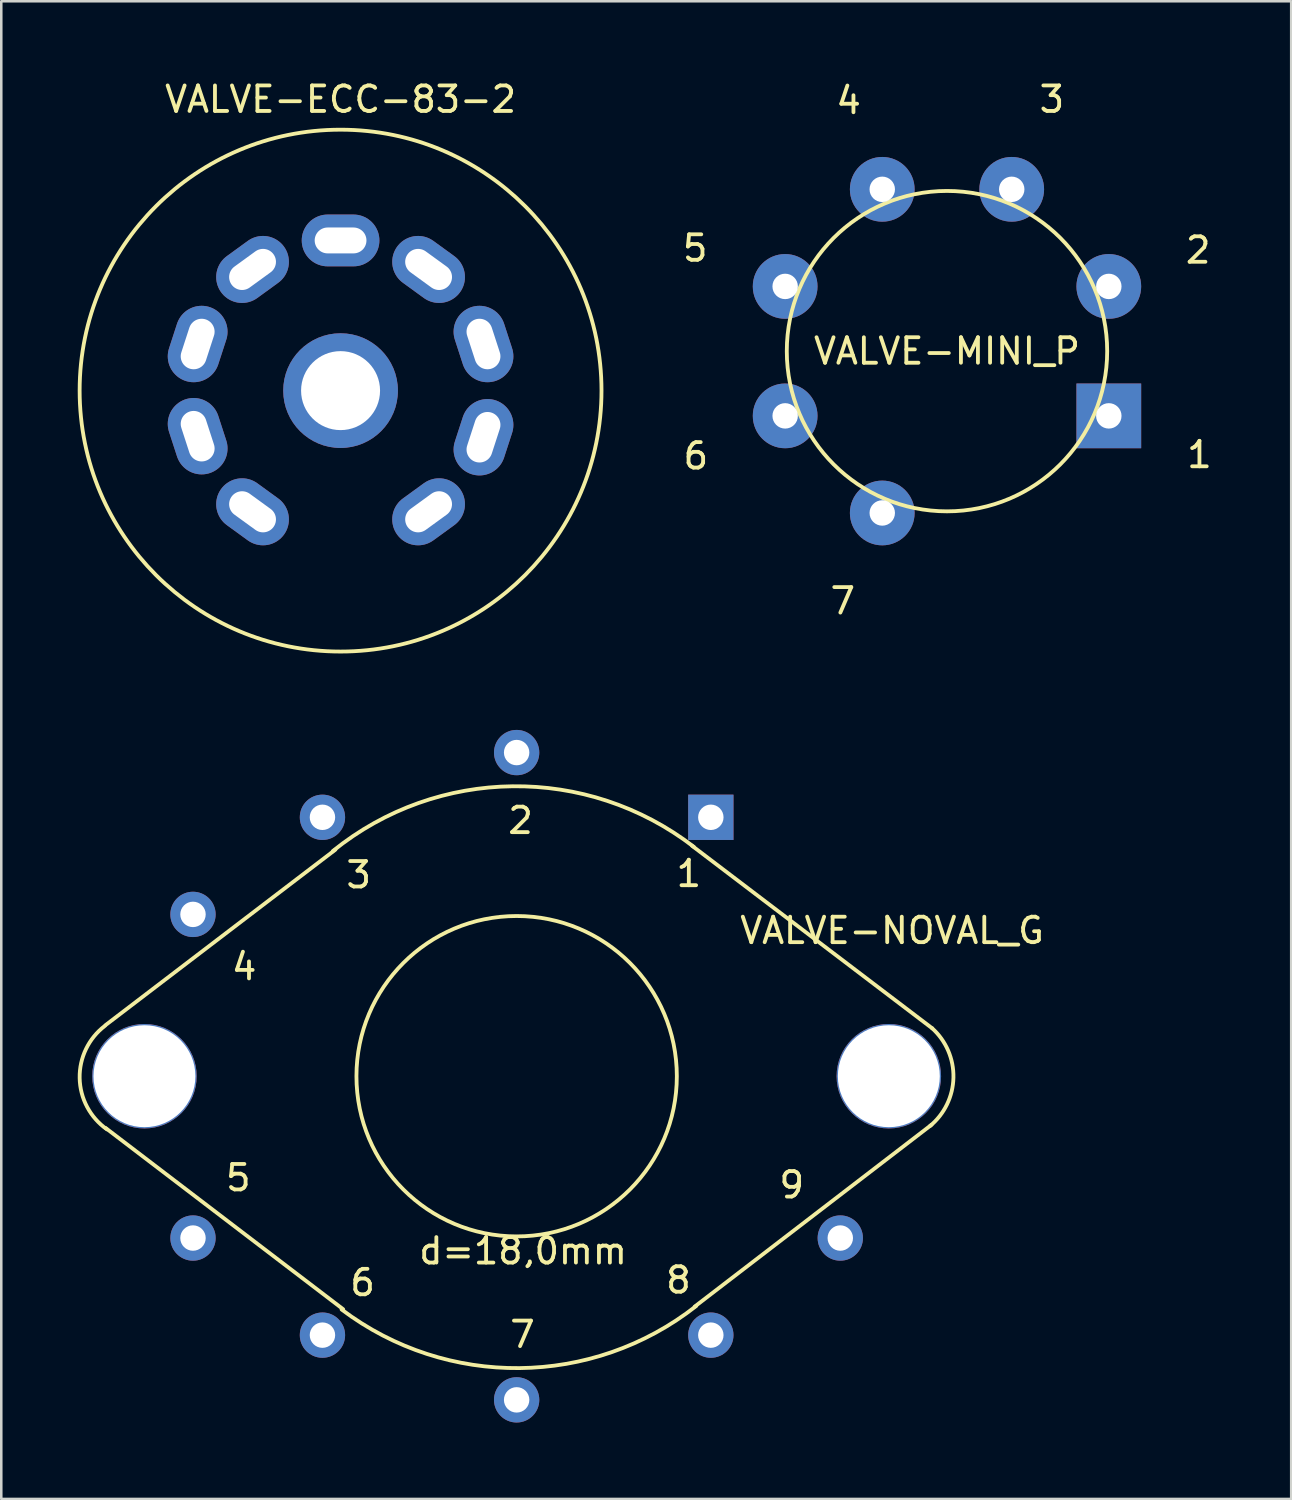
<source format=kicad_pcb>
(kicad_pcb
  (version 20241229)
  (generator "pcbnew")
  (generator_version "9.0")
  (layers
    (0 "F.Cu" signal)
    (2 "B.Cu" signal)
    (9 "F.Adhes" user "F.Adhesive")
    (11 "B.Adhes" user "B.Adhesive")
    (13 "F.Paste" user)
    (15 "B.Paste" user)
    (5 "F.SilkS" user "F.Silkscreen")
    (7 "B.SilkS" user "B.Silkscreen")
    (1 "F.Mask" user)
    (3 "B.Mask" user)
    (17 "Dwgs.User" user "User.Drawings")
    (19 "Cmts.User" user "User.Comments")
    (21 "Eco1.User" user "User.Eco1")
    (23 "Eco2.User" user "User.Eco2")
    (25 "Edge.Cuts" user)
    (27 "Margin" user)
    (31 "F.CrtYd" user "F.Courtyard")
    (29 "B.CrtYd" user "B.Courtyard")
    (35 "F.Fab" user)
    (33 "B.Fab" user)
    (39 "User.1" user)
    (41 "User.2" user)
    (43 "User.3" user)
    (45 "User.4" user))
  (footprint "VALVE-NOVAL_G"
    (layer "F.Cu")
    (at 17.223 39.181)
    (property "Reference" "VALVE-NOVAL_G" (at 14.732 -5.715 0) (layer "F.SilkS") (effects (font (size 1 1) (thickness 0.15))))
    (attr exclude_from_pos_files exclude_from_bom)
    (fp_line (start -16.129 -2.007) (end -7.112 -8.89) (stroke (width 0.15) (type solid)) (layer "F.SilkS"))
    (fp_line (start -16.129 2.032) (end -6.807 9.144) (stroke (width 0.15) (type solid)) (layer "F.SilkS"))
    (fp_line (start 16.281 1.905) (end 6.985 9.042) (stroke (width 0.15) (type solid)) (layer "F.SilkS"))
    (fp_line (start 16.307 -1.88) (end 6.883 -9.042) (stroke (width 0.15) (type solid)) (layer "F.SilkS"))
    (fp_arc (start -16.08074 2.0828) (mid -17.147179 0.072342) (end -16.156452 -1.976486) (stroke (width 0.15) (type solid)) (layer "F.SilkS"))
    (fp_arc (start -7.21106 -8.83666) (mid -0.156275 -11.37739) (end 6.954845 -8.998887) (stroke (width 0.15) (type solid)) (layer "F.SilkS"))
    (fp_arc (start 7.04596 9.017) (mid 0.111758 11.453686) (end -6.868871 9.153377) (stroke (width 0.15) (type solid)) (layer "F.SilkS"))
    (fp_arc (start 16.3068 -1.8796) (mid 17.13994 0.055661) (end 16.222657 1.952487) (stroke (width 0.15) (type solid)) (layer "F.SilkS"))
    (fp_circle (center 0 0) (end -4.445 4.445) (stroke (width 0.15) (type solid)) (fill no) (layer "F.SilkS"))
    (fp_text user "1" (at 6.756 -7.95 0) (layer "F.SilkS") (effects (font (size 1 1) (thickness 0.15))))
    (fp_text user "3" (at -6.198 -7.899 0) (layer "F.SilkS") (effects (font (size 1 1) (thickness 0.15))))
    (fp_text user "9" (at 10.795 4.267 0) (layer "F.SilkS") (effects (font (size 1 1) (thickness 0.15))))
    (fp_text user "5" (at -10.922 3.988 0) (layer "F.SilkS") (effects (font (size 1 1) (thickness 0.15))))
    (fp_text user "8" (at 6.35 8.001 0) (layer "F.SilkS") (effects (font (size 1 1) (thickness 0.15))))
    (fp_text user "d=18,0mm" (at 0.254 6.858 0) (layer "F.SilkS") (effects (font (size 1 1) (thickness 0.15))))
    (fp_text user "7" (at 0.229 10.135 0) (layer "F.SilkS") (effects (font (size 1 1) (thickness 0.15))))
    (fp_text user "6" (at -6.045 8.103 0) (layer "F.SilkS") (effects (font (size 1 1) (thickness 0.15))))
    (fp_text user "2" (at 0.152 -10.033 0) (layer "F.SilkS") (effects (font (size 1 1) (thickness 0.15))))
    (fp_text user "4" (at -10.693 -4.293 0) (layer "F.SilkS") (effects (font (size 1 1) (thickness 0.15))))
    (pad "" thru_hole circle (at 14.605 0) (size 4.1 4.1) (drill 4) (layers "*.Cu" "F.Mask" "F.Paste"))
    (pad "1" thru_hole rect (at 7.62 -10.16) (size 1.778 1.778) (drill 0.998) (layers "*.Cu" "F.Mask" "F.Paste"))
    (pad "2" thru_hole circle (at -14.605 0) (size 4.1 4.1) (drill 4) (layers "*.Cu" "F.Mask" "F.Paste"))
    (pad "2" thru_hole circle (at 0 -12.7) (size 1.778 1.778) (drill 0.998) (layers "*.Cu" "F.Mask" "F.Paste"))
    (pad "3" thru_hole circle (at -7.62 -10.16) (size 1.778 1.778) (drill 0.998) (layers "*.Cu" "F.Mask" "F.Paste"))
    (pad "4" thru_hole circle (at -12.7 -6.35) (size 1.778 1.778) (drill 0.998) (layers "*.Cu" "F.Mask" "F.Paste"))
    (pad "5" thru_hole circle (at -12.7 6.35) (size 1.778 1.778) (drill 0.998) (layers "*.Cu" "F.Mask" "F.Paste"))
    (pad "6" thru_hole circle (at -7.62 10.16) (size 1.778 1.778) (drill 0.998) (layers "*.Cu" "F.Mask" "F.Paste"))
    (pad "7" thru_hole circle (at 0 12.7) (size 1.778 1.778) (drill 0.998) (layers "*.Cu" "F.Mask" "F.Paste"))
    (pad "8" thru_hole circle (at 7.62 10.16) (size 1.778 1.778) (drill 0.998) (layers "*.Cu" "F.Mask" "F.Paste"))
    (pad "9" thru_hole circle (at 12.7 6.35) (size 1.778 1.778) (drill 0.998) (layers "*.Cu" "F.Mask" "F.Paste")))
  (footprint "VALVE-MINI_P"
    (layer "F.Cu")
    (at 34.11 10.729)
    (property "Reference" "VALVE-MINI_P" (at 0 0 0) (layer "F.SilkS") (effects (font (size 1 1) (thickness 0.15))))
    (attr exclude_from_pos_files exclude_from_bom)
    (fp_circle (center 0 0) (end -4.445 4.445) (stroke (width 0.15) (type solid)) (fill no) (layer "F.SilkS"))
    (fp_text user "5" (at -9.881 -4.039 0) (layer "F.SilkS") (effects (font (size 1 1) (thickness 0.15))))
    (fp_text user "7" (at -4.089 9.804 0) (layer "F.SilkS") (effects (font (size 1 1) (thickness 0.15))))
    (fp_text user "6" (at -9.855 4.115 0) (layer "F.SilkS") (effects (font (size 1 1) (thickness 0.15))))
    (fp_text user "1" (at 9.906 4.064 0) (layer "F.SilkS") (effects (font (size 1 1) (thickness 0.15))))
    (fp_text user "3" (at 4.115 -9.881 0) (layer "F.SilkS") (effects (font (size 1 1) (thickness 0.15))))
    (fp_text user "2" (at 9.855 -3.962 0) (layer "F.SilkS") (effects (font (size 1 1) (thickness 0.15))))
    (fp_text user "4" (at -3.861 -9.83 0) (layer "F.SilkS") (effects (font (size 1 1) (thickness 0.15))))
    (pad "1" thru_hole rect (at 6.35 2.54) (size 2.54 2.54) (drill 0.998) (layers "*.Cu" "F.Mask" "F.Paste"))
    (pad "2" thru_hole circle (at 6.35 -2.54) (size 2.54 2.54) (drill 0.998) (layers "*.Cu" "F.Mask" "F.Paste"))
    (pad "3" thru_hole circle (at 2.54 -6.35) (size 2.54 2.54) (drill 0.998) (layers "*.Cu" "F.Mask" "F.Paste"))
    (pad "4" thru_hole circle (at -2.54 -6.35) (size 2.54 2.54) (drill 0.998) (layers "*.Cu" "F.Mask" "F.Paste"))
    (pad "5" thru_hole circle (at -6.35 -2.54) (size 2.54 2.54) (drill 0.998) (layers "*.Cu" "F.Mask" "F.Paste"))
    (pad "6" thru_hole circle (at -6.35 2.54) (size 2.54 2.54) (drill 0.998) (layers "*.Cu" "F.Mask" "F.Paste"))
    (pad "7" thru_hole circle (at -2.54 6.35) (size 2.54 2.54) (drill 0.998) (layers "*.Cu" "F.Mask" "F.Paste")))
  (footprint "VALVE-ECC-83-2"
    (layer "F.Cu")
    (at 10.314 12.278)
    (property "Reference" "VALVE-ECC-83-2" (at 0 -11.43 0) (layer "F.SilkS") (effects (font (size 1 1) (thickness 0.15))))
    (attr through_hole)
    (fp_circle (center 0 0) (end 10.16 1.27) (stroke (width 0.15) (type solid)) (fill no) (layer "F.SilkS"))
    (pad "1" thru_hole oval (at 3.454 4.755 306) (size 2.032 3.048) (drill oval 1.016 2.032) (layers "*.Cu" "*.Mask"))
    (pad "2" thru_hole circle (at 0 0) (size 4.501 4.501) (drill 3.099) (layers "*.Cu" "*.Mask"))
    (pad "2" thru_hole oval (at 5.608 1.829 342) (size 2.032 3.048) (drill oval 1.016 2.032) (layers "*.Cu" "*.Mask"))
    (pad "3" thru_hole oval (at 5.608 -1.829 18) (size 2.032 3.048) (drill oval 1.016 2.032) (layers "*.Cu" "*.Mask"))
    (pad "4" thru_hole oval (at 3.454 -4.755 54) (size 2.032 3.048) (drill oval 1.016 2.032) (layers "*.Cu" "*.Mask"))
    (pad "5" thru_hole oval (at 0 -5.893 90) (size 2.032 3.048) (drill oval 1.016 2.032) (layers "*.Cu" "*.Mask"))
    (pad "6" thru_hole oval (at -3.454 -4.755 306) (size 2.032 3.048) (drill oval 1.016 2.032) (layers "*.Cu" "*.Mask"))
    (pad "7" thru_hole oval (at -5.608 -1.829 342) (size 2.032 3.048) (drill oval 1.016 2.032) (layers "*.Cu" "*.Mask"))
    (pad "8" thru_hole oval (at -5.608 1.788 18) (size 2.032 3.048) (drill oval 1.016 2.032) (layers "*.Cu" "*.Mask"))
    (pad "9" thru_hole oval (at -3.454 4.755 54) (size 2.032 3.048) (drill oval 1.016 2.032) (layers "*.Cu" "*.Mask")))
  (gr_rect
    (start -3 -3)
    (end 47.617 55.77)
    (stroke (width 0.1) (type default))
    (fill no)
    (layer "Edge.Cuts")))
</source>
